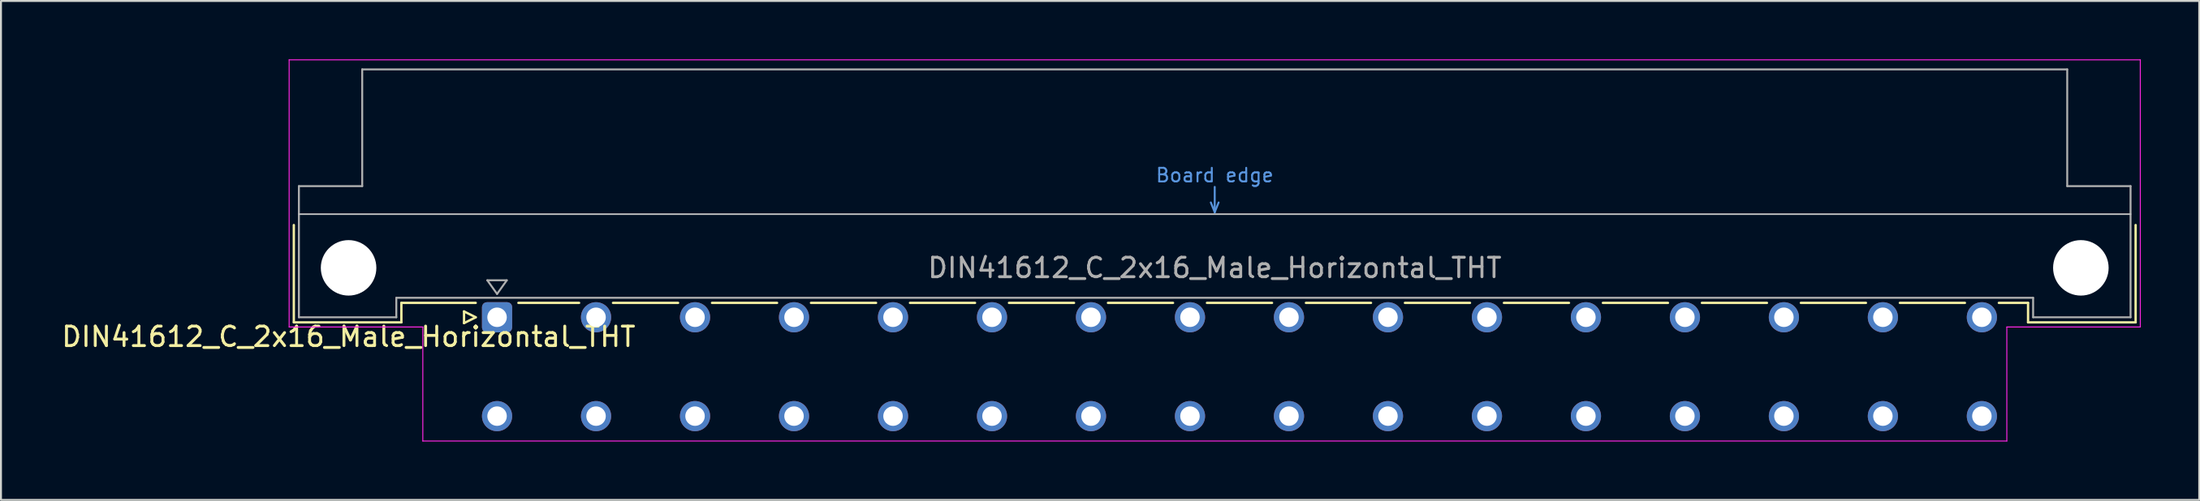
<source format=kicad_pcb>
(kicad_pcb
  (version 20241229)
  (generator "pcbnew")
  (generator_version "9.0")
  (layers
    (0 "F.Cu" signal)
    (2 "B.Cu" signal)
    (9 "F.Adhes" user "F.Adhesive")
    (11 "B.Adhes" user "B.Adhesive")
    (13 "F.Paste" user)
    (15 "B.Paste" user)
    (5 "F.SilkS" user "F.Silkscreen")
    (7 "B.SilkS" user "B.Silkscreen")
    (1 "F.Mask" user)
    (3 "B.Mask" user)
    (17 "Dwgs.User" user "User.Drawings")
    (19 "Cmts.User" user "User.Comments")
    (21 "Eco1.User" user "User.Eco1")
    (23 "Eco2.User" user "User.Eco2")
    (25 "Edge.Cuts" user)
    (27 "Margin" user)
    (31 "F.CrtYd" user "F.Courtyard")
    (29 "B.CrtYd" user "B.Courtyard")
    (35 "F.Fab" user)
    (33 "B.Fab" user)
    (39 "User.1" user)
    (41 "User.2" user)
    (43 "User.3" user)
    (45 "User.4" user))
  (footprint "DIN41612_C_2x16_Male_Horizontal_THT"
    (layer "F.Cu")
    (at 19.919 13.255)
    (property "Reference" "DIN41612_C_2x16_Male_Horizontal_THT" (at -5.08 1 0) (layer "F.SilkS") (effects (font (size 1 1) (thickness 0.15))))
    (attr through_hole)
    (fp_line (start -7.89 -4.74) (end -7.89 0.26) (stroke (width 0.12) (type solid)) (layer "F.SilkS"))
    (fp_line (start -7.89 0.26) (end -2.37 0.26) (stroke (width 0.12) (type solid)) (layer "F.SilkS"))
    (fp_line (start -2.371 -0.74) (end 1.445 -0.74) (stroke (width 0.12) (type solid)) (layer "F.SilkS"))
    (fp_line (start -2.37 0.26) (end -2.37 -0.74) (stroke (width 0.12) (type solid)) (layer "F.SilkS"))
    (fp_line (start 0.845 -0.3) (end 0.845 0.3) (stroke (width 0.12) (type solid)) (layer "F.SilkS"))
    (fp_line (start 0.845 0.3) (end 1.445 0) (stroke (width 0.12) (type solid)) (layer "F.SilkS"))
    (fp_line (start 1.445 0) (end 0.845 -0.3) (stroke (width 0.12) (type solid)) (layer "F.SilkS"))
    (fp_line (start 3.635 -0.74) (end 6.751 -0.74) (stroke (width 0.12) (type solid)) (layer "F.SilkS"))
    (fp_line (start 8.49 -0.74) (end 11.831 -0.74) (stroke (width 0.12) (type solid)) (layer "F.SilkS"))
    (fp_line (start 13.57 -0.74) (end 16.911 -0.74) (stroke (width 0.12) (type solid)) (layer "F.SilkS"))
    (fp_line (start 18.65 -0.74) (end 21.991 -0.74) (stroke (width 0.12) (type solid)) (layer "F.SilkS"))
    (fp_line (start 23.73 -0.74) (end 27.071 -0.74) (stroke (width 0.12) (type solid)) (layer "F.SilkS"))
    (fp_line (start 28.81 -0.74) (end 32.151 -0.74) (stroke (width 0.12) (type solid)) (layer "F.SilkS"))
    (fp_line (start 33.89 -0.74) (end 37.231 -0.74) (stroke (width 0.12) (type solid)) (layer "F.SilkS"))
    (fp_line (start 38.97 -0.74) (end 42.311 -0.74) (stroke (width 0.12) (type solid)) (layer "F.SilkS"))
    (fp_line (start 44.05 -0.74) (end 47.391 -0.74) (stroke (width 0.12) (type solid)) (layer "F.SilkS"))
    (fp_line (start 49.13 -0.74) (end 52.471 -0.74) (stroke (width 0.12) (type solid)) (layer "F.SilkS"))
    (fp_line (start 54.21 -0.74) (end 57.551 -0.74) (stroke (width 0.12) (type solid)) (layer "F.SilkS"))
    (fp_line (start 59.29 -0.74) (end 62.631 -0.74) (stroke (width 0.12) (type solid)) (layer "F.SilkS"))
    (fp_line (start 64.37 -0.74) (end 67.711 -0.74) (stroke (width 0.12) (type solid)) (layer "F.SilkS"))
    (fp_line (start 69.45 -0.74) (end 72.791 -0.74) (stroke (width 0.12) (type solid)) (layer "F.SilkS"))
    (fp_line (start 74.53 -0.74) (end 77.871 -0.74) (stroke (width 0.12) (type solid)) (layer "F.SilkS"))
    (fp_line (start 79.61 -0.74) (end 81.11 -0.74) (stroke (width 0.12) (type solid)) (layer "F.SilkS"))
    (fp_line (start 81.11 0.26) (end 81.11 -0.74) (stroke (width 0.12) (type solid)) (layer "F.SilkS"))
    (fp_line (start 86.63 -4.74) (end 86.63 0.26) (stroke (width 0.12) (type solid)) (layer "F.SilkS"))
    (fp_line (start 86.63 0.26) (end 81.11 0.26) (stroke (width 0.12) (type solid)) (layer "F.SilkS"))
    (fp_line (start -7.63 -5.3) (end 86.37 -5.3) (stroke (width 0.08) (type solid)) (layer "Dwgs.User"))
    (fp_line (start 39.17 -5.9) (end 39.37 -5.4) (stroke (width 0.1) (type solid)) (layer "Cmts.User"))
    (fp_line (start 39.37 -5.4) (end 39.37 -6.7) (stroke (width 0.1) (type solid)) (layer "Cmts.User"))
    (fp_line (start 39.37 -5.4) (end 39.57 -5.9) (stroke (width 0.1) (type solid)) (layer "Cmts.User"))
    (fp_line (start -8.13 -13.23) (end -8.13 0.5) (stroke (width 0.05) (type solid)) (layer "F.CrtYd"))
    (fp_line (start -8.13 0.5) (end -1.27 0.5) (stroke (width 0.05) (type solid)) (layer "F.CrtYd"))
    (fp_line (start -1.27 0.5) (end -1.27 6.36) (stroke (width 0.05) (type solid)) (layer "F.CrtYd"))
    (fp_line (start -1.27 6.36) (end 80.02 6.36) (stroke (width 0.05) (type solid)) (layer "F.CrtYd"))
    (fp_line (start 80.02 0.5) (end 86.87 0.5) (stroke (width 0.05) (type solid)) (layer "F.CrtYd"))
    (fp_line (start 80.02 6.36) (end 80.02 0.5) (stroke (width 0.05) (type solid)) (layer "F.CrtYd"))
    (fp_line (start 86.87 -13.23) (end -8.13 -13.23) (stroke (width 0.05) (type solid)) (layer "F.CrtYd"))
    (fp_line (start 86.87 0.5) (end 86.87 -13.23) (stroke (width 0.05) (type solid)) (layer "F.CrtYd"))
    (fp_line (start -7.63 -6.74) (end -7.63 0) (stroke (width 0.1) (type solid)) (layer "F.Fab"))
    (fp_line (start -7.63 0) (end -2.63 0) (stroke (width 0.1) (type solid)) (layer "F.Fab"))
    (fp_line (start -4.38 -12.74) (end -4.38 -6.74) (stroke (width 0.1) (type solid)) (layer "F.Fab"))
    (fp_line (start -4.38 -6.74) (end -7.63 -6.74) (stroke (width 0.1) (type solid)) (layer "F.Fab"))
    (fp_line (start -2.63 -1) (end 81.37 -1) (stroke (width 0.1) (type solid)) (layer "F.Fab"))
    (fp_line (start -2.63 0) (end -2.63 -1) (stroke (width 0.1) (type solid)) (layer "F.Fab"))
    (fp_line (start 2.04 -1.9) (end 3.04 -1.9) (stroke (width 0.1) (type solid)) (layer "F.Fab"))
    (fp_line (start 2.54 -1.2) (end 2.04 -1.9) (stroke (width 0.1) (type solid)) (layer "F.Fab"))
    (fp_line (start 3.04 -1.9) (end 2.54 -1.2) (stroke (width 0.1) (type solid)) (layer "F.Fab"))
    (fp_line (start 81.37 -1) (end 81.37 0) (stroke (width 0.1) (type solid)) (layer "F.Fab"))
    (fp_line (start 81.37 0) (end 86.37 0) (stroke (width 0.1) (type solid)) (layer "F.Fab"))
    (fp_line (start 83.12 -12.74) (end -4.38 -12.74) (stroke (width 0.1) (type solid)) (layer "F.Fab"))
    (fp_line (start 83.12 -6.74) (end 83.12 -12.74) (stroke (width 0.1) (type solid)) (layer "F.Fab"))
    (fp_line (start 86.37 -6.74) (end 83.12 -6.74) (stroke (width 0.1) (type solid)) (layer "F.Fab"))
    (fp_line (start 86.37 0) (end 86.37 -6.74) (stroke (width 0.1) (type solid)) (layer "F.Fab"))
    (fp_text user "Board edge" (at 39.37 -7.3 0) (layer "Cmts.User") (effects (font (size 0.7 0.7) (thickness 0.1))))
    (fp_text user "${REFERENCE}" (at 39.37 -2.54 0) (layer "F.Fab") (effects (font (size 1 1) (thickness 0.15))))
    (pad "" np_thru_hole circle (at -5.08 -2.54) (size 2.85 2.85) (drill 2.85) (layers "*.Cu" "*.Mask"))
    (pad "" np_thru_hole circle (at 83.82 -2.54) (size 2.85 2.85) (drill 2.85) (layers "*.Cu" "*.Mask"))
    (pad "a2" thru_hole roundrect (at 2.54 0) (size 1.55 1.55) (drill 1) (layers "*.Cu" "*.Mask") (roundrect_rratio 0.161))
    (pad "a4" thru_hole circle (at 7.62 0) (size 1.55 1.55) (drill 1) (layers "*.Cu" "*.Mask"))
    (pad "a6" thru_hole circle (at 12.7 0) (size 1.55 1.55) (drill 1) (layers "*.Cu" "*.Mask"))
    (pad "a8" thru_hole circle (at 17.78 0) (size 1.55 1.55) (drill 1) (layers "*.Cu" "*.Mask"))
    (pad "a10" thru_hole circle (at 22.86 0) (size 1.55 1.55) (drill 1) (layers "*.Cu" "*.Mask"))
    (pad "a12" thru_hole circle (at 27.94 0) (size 1.55 1.55) (drill 1) (layers "*.Cu" "*.Mask"))
    (pad "a14" thru_hole circle (at 33.02 0) (size 1.55 1.55) (drill 1) (layers "*.Cu" "*.Mask"))
    (pad "a16" thru_hole circle (at 38.1 0) (size 1.55 1.55) (drill 1) (layers "*.Cu" "*.Mask"))
    (pad "a18" thru_hole circle (at 43.18 0) (size 1.55 1.55) (drill 1) (layers "*.Cu" "*.Mask"))
    (pad "a20" thru_hole circle (at 48.26 0) (size 1.55 1.55) (drill 1) (layers "*.Cu" "*.Mask"))
    (pad "a22" thru_hole circle (at 53.34 0) (size 1.55 1.55) (drill 1) (layers "*.Cu" "*.Mask"))
    (pad "a24" thru_hole circle (at 58.42 0) (size 1.55 1.55) (drill 1) (layers "*.Cu" "*.Mask"))
    (pad "a26" thru_hole circle (at 63.5 0) (size 1.55 1.55) (drill 1) (layers "*.Cu" "*.Mask"))
    (pad "a28" thru_hole circle (at 68.58 0) (size 1.55 1.55) (drill 1) (layers "*.Cu" "*.Mask"))
    (pad "a30" thru_hole circle (at 73.66 0) (size 1.55 1.55) (drill 1) (layers "*.Cu" "*.Mask"))
    (pad "a32" thru_hole circle (at 78.74 0) (size 1.55 1.55) (drill 1) (layers "*.Cu" "*.Mask"))
    (pad "c2" thru_hole circle (at 2.54 5.08) (size 1.55 1.55) (drill 1) (layers "*.Cu" "*.Mask"))
    (pad "c4" thru_hole circle (at 7.62 5.08) (size 1.55 1.55) (drill 1) (layers "*.Cu" "*.Mask"))
    (pad "c6" thru_hole circle (at 12.7 5.08) (size 1.55 1.55) (drill 1) (layers "*.Cu" "*.Mask"))
    (pad "c8" thru_hole circle (at 17.78 5.08) (size 1.55 1.55) (drill 1) (layers "*.Cu" "*.Mask"))
    (pad "c10" thru_hole circle (at 22.86 5.08) (size 1.55 1.55) (drill 1) (layers "*.Cu" "*.Mask"))
    (pad "c12" thru_hole circle (at 27.94 5.08) (size 1.55 1.55) (drill 1) (layers "*.Cu" "*.Mask"))
    (pad "c14" thru_hole circle (at 33.02 5.08) (size 1.55 1.55) (drill 1) (layers "*.Cu" "*.Mask"))
    (pad "c16" thru_hole circle (at 38.1 5.08) (size 1.55 1.55) (drill 1) (layers "*.Cu" "*.Mask"))
    (pad "c18" thru_hole circle (at 43.18 5.08) (size 1.55 1.55) (drill 1) (layers "*.Cu" "*.Mask"))
    (pad "c20" thru_hole circle (at 48.26 5.08) (size 1.55 1.55) (drill 1) (layers "*.Cu" "*.Mask"))
    (pad "c22" thru_hole circle (at 53.34 5.08) (size 1.55 1.55) (drill 1) (layers "*.Cu" "*.Mask"))
    (pad "c24" thru_hole circle (at 58.42 5.08) (size 1.55 1.55) (drill 1) (layers "*.Cu" "*.Mask"))
    (pad "c26" thru_hole circle (at 63.5 5.08) (size 1.55 1.55) (drill 1) (layers "*.Cu" "*.Mask"))
    (pad "c28" thru_hole circle (at 68.58 5.08) (size 1.55 1.55) (drill 1) (layers "*.Cu" "*.Mask"))
    (pad "c30" thru_hole circle (at 73.66 5.08) (size 1.55 1.55) (drill 1) (layers "*.Cu" "*.Mask"))
    (pad "c32" thru_hole circle (at 78.74 5.08) (size 1.55 1.55) (drill 1) (layers "*.Cu" "*.Mask")))
  (gr_rect
    (start -3 -3)
    (end 109.814 22.64)
    (stroke (width 0.1) (type default))
    (fill no)
    (layer "Edge.Cuts")))
</source>
